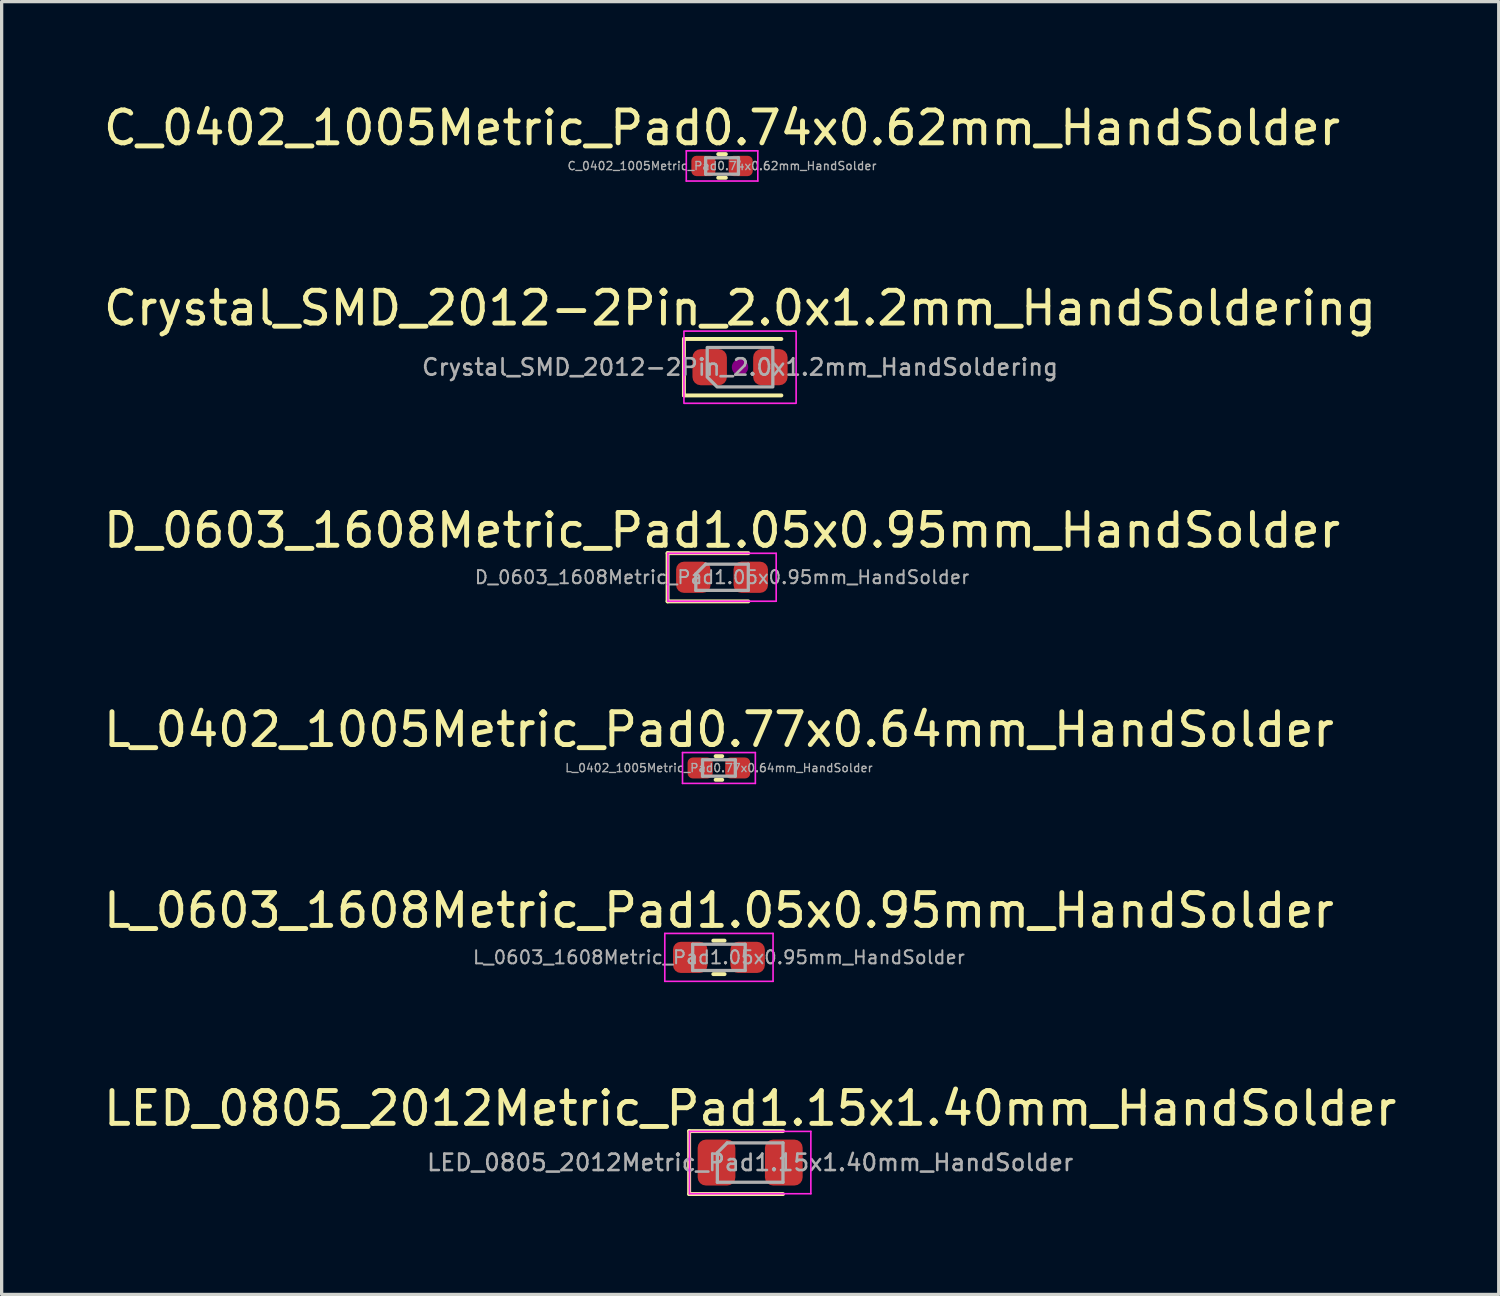
<source format=kicad_pcb>
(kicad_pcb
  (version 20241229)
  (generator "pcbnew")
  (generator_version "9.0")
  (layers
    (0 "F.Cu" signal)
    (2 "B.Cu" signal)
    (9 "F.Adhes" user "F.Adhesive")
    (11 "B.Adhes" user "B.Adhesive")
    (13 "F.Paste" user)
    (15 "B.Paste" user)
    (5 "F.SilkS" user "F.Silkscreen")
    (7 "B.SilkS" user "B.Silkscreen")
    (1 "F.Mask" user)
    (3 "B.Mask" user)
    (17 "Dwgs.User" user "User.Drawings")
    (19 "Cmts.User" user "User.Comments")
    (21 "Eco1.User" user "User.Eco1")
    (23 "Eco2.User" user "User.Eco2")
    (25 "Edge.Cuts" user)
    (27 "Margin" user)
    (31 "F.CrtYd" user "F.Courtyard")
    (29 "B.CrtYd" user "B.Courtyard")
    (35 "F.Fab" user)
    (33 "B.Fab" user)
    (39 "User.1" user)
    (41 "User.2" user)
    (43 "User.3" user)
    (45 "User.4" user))
  (footprint "L_0402_1005Metric_Pad0.77x0.64mm_HandSolder"
    (layer "F.Cu")
    (at 18.863 20.358)
    (property "Reference" "L_0402_1005Metric_Pad0.77x0.64mm_HandSolder" (at 0 -1.17 0) (layer "F.SilkS") (effects (font (size 1 1) (thickness 0.15))))
    (attr smd)
    (fp_line (start -0.1 -0.36) (end 0.1 -0.36) (stroke (width 0.12) (type solid)) (layer "F.SilkS"))
    (fp_line (start -0.1 0.36) (end 0.1 0.36) (stroke (width 0.12) (type solid)) (layer "F.SilkS"))
    (fp_line (start -1.11 -0.47) (end 1.11 -0.47) (stroke (width 0.05) (type solid)) (layer "F.CrtYd"))
    (fp_line (start -1.11 0.47) (end -1.11 -0.47) (stroke (width 0.05) (type solid)) (layer "F.CrtYd"))
    (fp_line (start 1.11 -0.47) (end 1.11 0.47) (stroke (width 0.05) (type solid)) (layer "F.CrtYd"))
    (fp_line (start 1.11 0.47) (end -1.11 0.47) (stroke (width 0.05) (type solid)) (layer "F.CrtYd"))
    (fp_line (start -0.5 -0.25) (end 0.5 -0.25) (stroke (width 0.1) (type solid)) (layer "F.Fab"))
    (fp_line (start -0.5 0.25) (end -0.5 -0.25) (stroke (width 0.1) (type solid)) (layer "F.Fab"))
    (fp_line (start 0.5 -0.25) (end 0.5 0.25) (stroke (width 0.1) (type solid)) (layer "F.Fab"))
    (fp_line (start 0.5 0.25) (end -0.5 0.25) (stroke (width 0.1) (type solid)) (layer "F.Fab"))
    (fp_text user "${REFERENCE}" (at 0 0 0) (layer "F.Fab") (effects (font (size 0.25 0.25) (thickness 0.04))))
    (pad "1" smd roundrect (at -0.573 0) (size 0.765 0.64) (layers "F.Cu" "F.Mask" "F.Paste") (roundrect_rratio 0.25))
    (pad "2" smd roundrect (at 0.573 0) (size 0.765 0.64) (layers "F.Cu" "F.Mask" "F.Paste") (roundrect_rratio 0.25)))
  (footprint "LED_0805_2012Metric_Pad1.15x1.40mm_HandSolder"
    (layer "F.Cu")
    (at 19.815 32.385)
    (property "Reference" "LED_0805_2012Metric_Pad1.15x1.40mm_HandSolder" (at 0 -1.65 0) (layer "F.SilkS") (effects (font (size 1 1) (thickness 0.15))))
    (attr smd)
    (fp_line (start -1.86 -0.96) (end -1.86 0.96) (stroke (width 0.12) (type solid)) (layer "F.SilkS"))
    (fp_line (start -1.86 0.96) (end 1 0.96) (stroke (width 0.12) (type solid)) (layer "F.SilkS"))
    (fp_line (start 1 -0.96) (end -1.86 -0.96) (stroke (width 0.12) (type solid)) (layer "F.SilkS"))
    (fp_line (start -1.85 -0.95) (end 1.85 -0.95) (stroke (width 0.05) (type solid)) (layer "F.CrtYd"))
    (fp_line (start -1.85 0.95) (end -1.85 -0.95) (stroke (width 0.05) (type solid)) (layer "F.CrtYd"))
    (fp_line (start 1.85 -0.95) (end 1.85 0.95) (stroke (width 0.05) (type solid)) (layer "F.CrtYd"))
    (fp_line (start 1.85 0.95) (end -1.85 0.95) (stroke (width 0.05) (type solid)) (layer "F.CrtYd"))
    (fp_line (start -1 -0.3) (end -1 0.6) (stroke (width 0.1) (type solid)) (layer "F.Fab"))
    (fp_line (start -1 0.6) (end 1 0.6) (stroke (width 0.1) (type solid)) (layer "F.Fab"))
    (fp_line (start -0.7 -0.6) (end -1 -0.3) (stroke (width 0.1) (type solid)) (layer "F.Fab"))
    (fp_line (start 1 -0.6) (end -0.7 -0.6) (stroke (width 0.1) (type solid)) (layer "F.Fab"))
    (fp_line (start 1 0.6) (end 1 -0.6) (stroke (width 0.1) (type solid)) (layer "F.Fab"))
    (fp_text user "${REFERENCE}" (at 0 0 0) (layer "F.Fab") (effects (font (size 0.5 0.5) (thickness 0.08))))
    (pad "1" smd roundrect (at -1.025 0) (size 1.15 1.4) (layers "F.Cu" "F.Mask" "F.Paste") (roundrect_rratio 0.217))
    (pad "2" smd roundrect (at 1.025 0) (size 1.15 1.4) (layers "F.Cu" "F.Mask" "F.Paste") (roundrect_rratio 0.217)))
  (footprint "L_0603_1608Metric_Pad1.05x0.95mm_HandSolder"
    (layer "F.Cu")
    (at 18.863 26.131)
    (property "Reference" "L_0603_1608Metric_Pad1.05x0.95mm_HandSolder" (at 0 -1.43 0) (layer "F.SilkS") (effects (font (size 1 1) (thickness 0.15))))
    (attr smd)
    (fp_line (start -0.171 -0.51) (end 0.171 -0.51) (stroke (width 0.12) (type solid)) (layer "F.SilkS"))
    (fp_line (start -0.171 0.51) (end 0.171 0.51) (stroke (width 0.12) (type solid)) (layer "F.SilkS"))
    (fp_line (start -1.65 -0.73) (end 1.65 -0.73) (stroke (width 0.05) (type solid)) (layer "F.CrtYd"))
    (fp_line (start -1.65 0.73) (end -1.65 -0.73) (stroke (width 0.05) (type solid)) (layer "F.CrtYd"))
    (fp_line (start 1.65 -0.73) (end 1.65 0.73) (stroke (width 0.05) (type solid)) (layer "F.CrtYd"))
    (fp_line (start 1.65 0.73) (end -1.65 0.73) (stroke (width 0.05) (type solid)) (layer "F.CrtYd"))
    (fp_line (start -0.8 -0.4) (end 0.8 -0.4) (stroke (width 0.1) (type solid)) (layer "F.Fab"))
    (fp_line (start -0.8 0.4) (end -0.8 -0.4) (stroke (width 0.1) (type solid)) (layer "F.Fab"))
    (fp_line (start 0.8 -0.4) (end 0.8 0.4) (stroke (width 0.1) (type solid)) (layer "F.Fab"))
    (fp_line (start 0.8 0.4) (end -0.8 0.4) (stroke (width 0.1) (type solid)) (layer "F.Fab"))
    (fp_text user "${REFERENCE}" (at 0 0 0) (layer "F.Fab") (effects (font (size 0.4 0.4) (thickness 0.06))))
    (pad "1" smd roundrect (at -0.875 0) (size 1.05 0.95) (layers "F.Cu" "F.Mask" "F.Paste") (roundrect_rratio 0.25))
    (pad "2" smd roundrect (at 0.875 0) (size 1.05 0.95) (layers "F.Cu" "F.Mask" "F.Paste") (roundrect_rratio 0.25)))
  (footprint "C_0402_1005Metric_Pad0.74x0.62mm_HandSolder"
    (layer "F.Cu")
    (at 18.958 2.008)
    (property "Reference" "C_0402_1005Metric_Pad0.74x0.62mm_HandSolder" (at 0 -1.16 0) (layer "F.SilkS") (effects (font (size 1 1) (thickness 0.15))))
    (attr smd)
    (fp_line (start -0.116 -0.36) (end 0.116 -0.36) (stroke (width 0.12) (type solid)) (layer "F.SilkS"))
    (fp_line (start -0.116 0.36) (end 0.116 0.36) (stroke (width 0.12) (type solid)) (layer "F.SilkS"))
    (fp_line (start -1.09 -0.46) (end 1.09 -0.46) (stroke (width 0.05) (type solid)) (layer "F.CrtYd"))
    (fp_line (start -1.09 0.46) (end -1.09 -0.46) (stroke (width 0.05) (type solid)) (layer "F.CrtYd"))
    (fp_line (start 1.09 -0.46) (end 1.09 0.46) (stroke (width 0.05) (type solid)) (layer "F.CrtYd"))
    (fp_line (start 1.09 0.46) (end -1.09 0.46) (stroke (width 0.05) (type solid)) (layer "F.CrtYd"))
    (fp_line (start -0.5 -0.25) (end 0.5 -0.25) (stroke (width 0.1) (type solid)) (layer "F.Fab"))
    (fp_line (start -0.5 0.25) (end -0.5 -0.25) (stroke (width 0.1) (type solid)) (layer "F.Fab"))
    (fp_line (start 0.5 -0.25) (end 0.5 0.25) (stroke (width 0.1) (type solid)) (layer "F.Fab"))
    (fp_line (start 0.5 0.25) (end -0.5 0.25) (stroke (width 0.1) (type solid)) (layer "F.Fab"))
    (fp_text user "${REFERENCE}" (at 0 0 0) (layer "F.Fab") (effects (font (size 0.25 0.25) (thickness 0.04))))
    (pad "1" smd roundrect (at -0.568 0) (size 0.735 0.62) (layers "F.Cu" "F.Mask" "F.Paste") (roundrect_rratio 0.25))
    (pad "2" smd roundrect (at 0.568 0) (size 0.735 0.62) (layers "F.Cu" "F.Mask" "F.Paste") (roundrect_rratio 0.25)))
  (footprint "Crystal_SMD_2012-2Pin_2.0x1.2mm_HandSoldering"
    (layer "F.Cu")
    (at 19.506 8.142)
    (property "Reference" "Crystal_SMD_2012-2Pin_2.0x1.2mm_HandSoldering" (at 0 -1.8 0) (layer "F.SilkS") (effects (font (size 1 1) (thickness 0.15))))
    (attr smd)
    (fp_line (start -1.71 -0.86) (end -1.71 0.86) (stroke (width 0.12) (type solid)) (layer "F.SilkS"))
    (fp_line (start -1.71 0.86) (end 1.26 0.86) (stroke (width 0.12) (type solid)) (layer "F.SilkS"))
    (fp_line (start 1.26 -0.86) (end -1.71 -0.86) (stroke (width 0.12) (type solid)) (layer "F.SilkS"))
    (fp_circle (center 0 0) (end 0.2 0) (stroke (width 0.1) (type solid)) (fill yes) (layer "F.Adhes"))
    (fp_rect (start -1.71 -1.1) (end 1.71 1.1) (stroke (width 0.05) (type solid)) (fill no) (layer "F.CrtYd"))
    (fp_poly (pts (xy -1 -0.6) (xy -1 0.3) (xy -0.7 0.6) (xy 1 0.6) (xy 1 -0.6)) (stroke (width 0.1) (type solid)) (fill no) (layer "F.Fab"))
    (fp_text user "${REFERENCE}" (at 0 0 0) (layer "F.Fab") (effects (font (size 0.5 0.5) (thickness 0.08))))
    (pad "1" smd roundrect (at -0.925 0) (size 1.05 1.1) (layers "F.Cu" "F.Mask" "F.Paste") (roundrect_rratio 0.238))
    (pad "2" smd roundrect (at 0.925 0) (size 1.05 1.1) (layers "F.Cu" "F.Mask" "F.Paste") (roundrect_rratio 0.238)))
  (footprint "D_0603_1608Metric_Pad1.05x0.95mm_HandSolder"
    (layer "F.Cu")
    (at 18.958 14.545)
    (property "Reference" "D_0603_1608Metric_Pad1.05x0.95mm_HandSolder" (at 0 -1.43 0) (layer "F.SilkS") (effects (font (size 1 1) (thickness 0.15))))
    (attr smd)
    (fp_line (start -1.66 -0.735) (end -1.66 0.735) (stroke (width 0.12) (type solid)) (layer "F.SilkS"))
    (fp_line (start -1.66 0.735) (end 0.8 0.735) (stroke (width 0.12) (type solid)) (layer "F.SilkS"))
    (fp_line (start 0.8 -0.735) (end -1.66 -0.735) (stroke (width 0.12) (type solid)) (layer "F.SilkS"))
    (fp_line (start -1.65 -0.73) (end 1.65 -0.73) (stroke (width 0.05) (type solid)) (layer "F.CrtYd"))
    (fp_line (start -1.65 0.73) (end -1.65 -0.73) (stroke (width 0.05) (type solid)) (layer "F.CrtYd"))
    (fp_line (start 1.65 -0.73) (end 1.65 0.73) (stroke (width 0.05) (type solid)) (layer "F.CrtYd"))
    (fp_line (start 1.65 0.73) (end -1.65 0.73) (stroke (width 0.05) (type solid)) (layer "F.CrtYd"))
    (fp_line (start -0.8 -0.1) (end -0.8 0.4) (stroke (width 0.1) (type solid)) (layer "F.Fab"))
    (fp_line (start -0.8 0.4) (end 0.8 0.4) (stroke (width 0.1) (type solid)) (layer "F.Fab"))
    (fp_line (start -0.5 -0.4) (end -0.8 -0.1) (stroke (width 0.1) (type solid)) (layer "F.Fab"))
    (fp_line (start 0.8 -0.4) (end -0.5 -0.4) (stroke (width 0.1) (type solid)) (layer "F.Fab"))
    (fp_line (start 0.8 0.4) (end 0.8 -0.4) (stroke (width 0.1) (type solid)) (layer "F.Fab"))
    (fp_text user "${REFERENCE}" (at 0 0 0) (layer "F.Fab") (effects (font (size 0.4 0.4) (thickness 0.06))))
    (pad "1" smd roundrect (at -0.875 0) (size 1.05 0.95) (layers "F.Cu" "F.Mask" "F.Paste") (roundrect_rratio 0.25))
    (pad "2" smd roundrect (at 0.875 0) (size 1.05 0.95) (layers "F.Cu" "F.Mask" "F.Paste") (roundrect_rratio 0.25)))
  (gr_rect
    (start -3 -3)
    (end 42.631 36.404)
    (stroke (width 0.1) (type default))
    (fill no)
    (layer "Edge.Cuts")))
</source>
